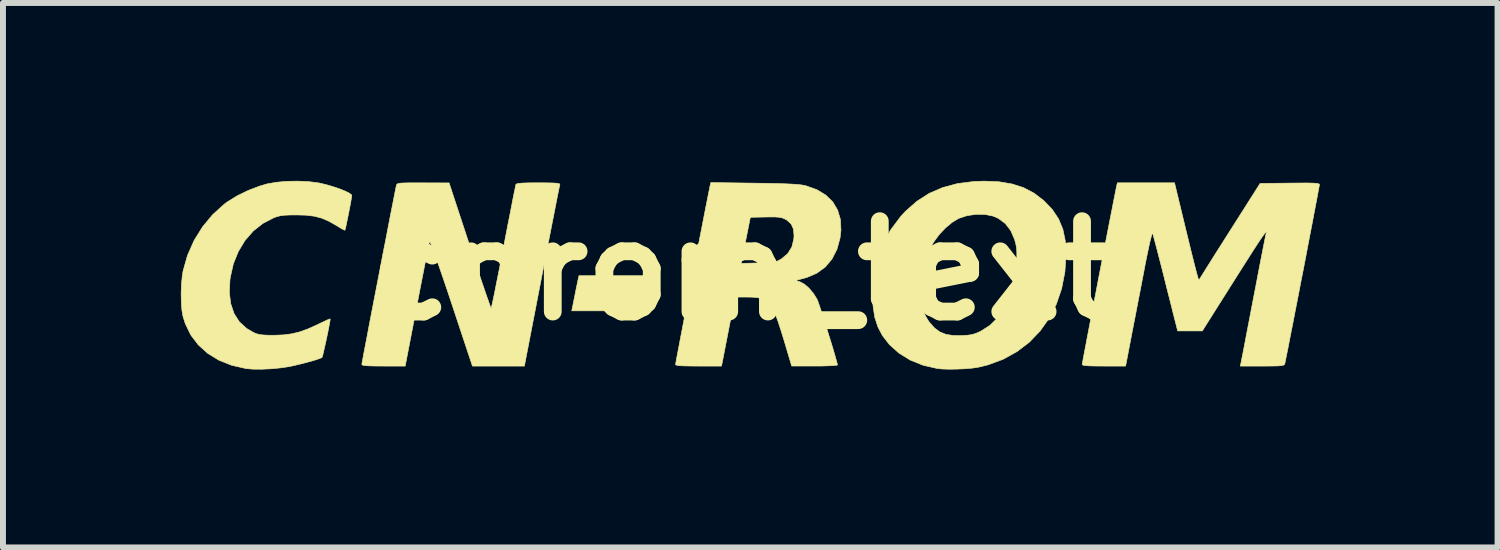
<source format=kicad_pcb>
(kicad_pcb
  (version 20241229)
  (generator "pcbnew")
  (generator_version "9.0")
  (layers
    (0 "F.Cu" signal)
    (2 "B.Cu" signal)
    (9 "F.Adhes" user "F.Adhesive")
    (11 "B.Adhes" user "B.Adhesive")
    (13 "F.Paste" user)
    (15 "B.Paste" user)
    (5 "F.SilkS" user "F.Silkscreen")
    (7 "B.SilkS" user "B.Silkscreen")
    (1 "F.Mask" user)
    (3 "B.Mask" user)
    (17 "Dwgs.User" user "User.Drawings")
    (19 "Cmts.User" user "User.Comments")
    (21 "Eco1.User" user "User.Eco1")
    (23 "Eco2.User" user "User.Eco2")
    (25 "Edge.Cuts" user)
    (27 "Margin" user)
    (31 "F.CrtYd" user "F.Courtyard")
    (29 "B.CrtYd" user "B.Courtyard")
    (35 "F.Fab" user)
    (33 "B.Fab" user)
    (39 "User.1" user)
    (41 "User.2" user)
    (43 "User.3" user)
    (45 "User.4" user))
  (footprint "cnrom_text"
    (layer "F.Cu")
    (at 9.466 1.515)
    (property "Reference" "cnrom_text" (at 0 0 0) (layer "F.SilkS") (effects (font (size 1.524 1.524) (thickness 0.3))))
    (attr through_hole)
    (fp_poly (pts (xy -1.516 0.333) (xy -1.537 0.435) (xy -1.555 0.526) (xy -1.569 0.594) (xy -1.577 0.63) (xy -1.588 0.677) (xy -2.873 0.677) (xy -2.823 0.429) (xy -2.803 0.327) (xy -2.784 0.236) (xy -2.77 0.168) (xy -2.762 0.132) (xy -2.751 0.085) (xy -1.466 0.085) (xy -1.516 0.333)) (stroke (width 0.01) (type solid)) (fill yes) (layer "F.SilkS"))
    (fp_poly (pts (xy 4.335 -1.499) (xy 4.554 -1.462) (xy 4.749 -1.399) (xy 4.924 -1.307) (xy 5.084 -1.185) (xy 5.093 -1.177) (xy 5.233 -1.03) (xy 5.338 -0.872) (xy 5.41 -0.697) (xy 5.451 -0.5) (xy 5.464 -0.275) (xy 5.444 0.023) (xy 5.389 0.303) (xy 5.3 0.564) (xy 5.178 0.803) (xy 5.026 1.017) (xy 4.845 1.206) (xy 4.636 1.365) (xy 4.403 1.494) (xy 4.146 1.589) (xy 3.986 1.628) (xy 3.886 1.643) (xy 3.76 1.654) (xy 3.624 1.66) (xy 3.489 1.662) (xy 3.37 1.658) (xy 3.291 1.65) (xy 3.052 1.595) (xy 2.836 1.508) (xy 2.646 1.391) (xy 2.484 1.246) (xy 2.367 1.095) (xy 2.29 0.948) (xy 2.237 0.785) (xy 2.209 0.598) (xy 2.202 0.423) (xy 3.03 0.423) (xy 3.038 0.557) (xy 3.057 0.666) (xy 3.09 0.758) (xy 3.138 0.84) (xy 3.159 0.87) (xy 3.245 0.967) (xy 3.336 1.034) (xy 3.439 1.075) (xy 3.565 1.094) (xy 3.696 1.095) (xy 3.798 1.089) (xy 3.873 1.079) (xy 3.94 1.059) (xy 4.013 1.027) (xy 4.026 1.021) (xy 4.182 0.921) (xy 4.318 0.786) (xy 4.432 0.621) (xy 4.522 0.428) (xy 4.587 0.212) (xy 4.624 -0.024) (xy 4.63 -0.119) (xy 4.634 -0.236) (xy 4.633 -0.324) (xy 4.627 -0.394) (xy 4.614 -0.46) (xy 4.595 -0.529) (xy 4.531 -0.676) (xy 4.439 -0.795) (xy 4.322 -0.882) (xy 4.235 -0.92) (xy 4.099 -0.948) (xy 3.946 -0.95) (xy 3.793 -0.928) (xy 3.656 -0.883) (xy 3.654 -0.882) (xy 3.545 -0.817) (xy 3.431 -0.722) (xy 3.325 -0.61) (xy 3.236 -0.489) (xy 3.203 -0.434) (xy 3.139 -0.301) (xy 3.093 -0.179) (xy 3.062 -0.055) (xy 3.043 0.086) (xy 3.032 0.255) (xy 3.032 0.256) (xy 3.03 0.423) (xy 2.202 0.423) (xy 2.202 0.417) (xy 2.221 0.112) (xy 2.277 -0.173) (xy 2.371 -0.438) (xy 2.503 -0.684) (xy 2.672 -0.91) (xy 2.755 -1.001) (xy 2.946 -1.169) (xy 3.154 -1.303) (xy 3.383 -1.402) (xy 3.634 -1.469) (xy 3.911 -1.504) (xy 4.085 -1.51) (xy 4.335 -1.499)) (stroke (width 0.01) (type solid)) (fill yes) (layer "F.SilkS"))
    (fp_poly (pts (xy -3.296 -1.481) (xy -3.195 -1.479) (xy -3.127 -1.475) (xy -3.088 -1.468) (xy -3.074 -1.46) (xy -3.074 -1.455) (xy -3.079 -1.431) (xy -3.092 -1.368) (xy -3.112 -1.27) (xy -3.137 -1.141) (xy -3.168 -0.983) (xy -3.204 -0.801) (xy -3.244 -0.596) (xy -3.287 -0.374) (xy -3.334 -0.137) (xy -3.378 0.09) (xy -3.672 1.609) (xy -4.548 1.609) (xy -4.903 0.54) (xy -4.98 0.309) (xy -5.05 0.104) (xy -5.112 -0.076) (xy -5.165 -0.226) (xy -5.208 -0.345) (xy -5.241 -0.431) (xy -5.262 -0.48) (xy -5.272 -0.492) (xy -5.272 -0.492) (xy -5.278 -0.465) (xy -5.292 -0.4) (xy -5.312 -0.301) (xy -5.337 -0.174) (xy -5.367 -0.021) (xy -5.401 0.152) (xy -5.438 0.342) (xy -5.477 0.545) (xy -5.483 0.577) (xy -5.682 1.609) (xy -6.048 1.609) (xy -6.184 1.608) (xy -6.283 1.606) (xy -6.351 1.602) (xy -6.391 1.596) (xy -6.41 1.587) (xy -6.413 1.58) (xy -6.41 1.556) (xy -6.398 1.494) (xy -6.381 1.399) (xy -6.357 1.275) (xy -6.328 1.125) (xy -6.296 0.954) (xy -6.26 0.765) (xy -6.221 0.563) (xy -6.18 0.352) (xy -6.138 0.136) (xy -6.096 -0.082) (xy -6.055 -0.297) (xy -6.014 -0.504) (xy -5.976 -0.701) (xy -5.941 -0.883) (xy -5.909 -1.046) (xy -5.881 -1.186) (xy -5.859 -1.299) (xy -5.843 -1.381) (xy -5.833 -1.428) (xy -5.831 -1.434) (xy -5.827 -1.45) (xy -5.817 -1.462) (xy -5.798 -1.47) (xy -5.763 -1.476) (xy -5.708 -1.479) (xy -5.625 -1.481) (xy -5.511 -1.481) (xy -5.381 -1.481) (xy -4.942 -1.48) (xy -4.594 -0.423) (xy -4.527 -0.22) (xy -4.464 -0.031) (xy -4.406 0.142) (xy -4.354 0.295) (xy -4.31 0.424) (xy -4.274 0.526) (xy -4.249 0.596) (xy -4.235 0.631) (xy -4.233 0.635) (xy -4.227 0.615) (xy -4.214 0.557) (xy -4.194 0.466) (xy -4.169 0.344) (xy -4.14 0.197) (xy -4.106 0.029) (xy -4.069 -0.158) (xy -4.03 -0.359) (xy -4.023 -0.397) (xy -3.984 -0.601) (xy -3.947 -0.792) (xy -3.912 -0.967) (xy -3.882 -1.122) (xy -3.857 -1.252) (xy -3.836 -1.353) (xy -3.822 -1.422) (xy -3.815 -1.454) (xy -3.815 -1.455) (xy -3.8 -1.465) (xy -3.76 -1.473) (xy -3.69 -1.478) (xy -3.588 -1.481) (xy -3.447 -1.482) (xy -3.435 -1.482) (xy -3.296 -1.481)) (stroke (width 0.01) (type solid)) (fill yes) (layer "F.SilkS"))
    (fp_poly (pts (xy -7.303 -1.501) (xy -7.14 -1.48) (xy -7.112 -1.474) (xy -6.998 -1.446) (xy -6.884 -1.412) (xy -6.779 -1.376) (xy -6.69 -1.34) (xy -6.623 -1.306) (xy -6.587 -1.279) (xy -6.583 -1.269) (xy -6.587 -1.238) (xy -6.597 -1.177) (xy -6.612 -1.094) (xy -6.63 -1.001) (xy -6.649 -0.905) (xy -6.668 -0.815) (xy -6.683 -0.742) (xy -6.695 -0.695) (xy -6.699 -0.682) (xy -6.718 -0.689) (xy -6.764 -0.714) (xy -6.827 -0.752) (xy -6.839 -0.76) (xy -6.971 -0.835) (xy -7.093 -0.887) (xy -7.217 -0.919) (xy -7.358 -0.936) (xy -7.514 -0.94) (xy -7.633 -0.939) (xy -7.721 -0.935) (xy -7.789 -0.926) (xy -7.847 -0.911) (xy -7.9 -0.892) (xy -8.083 -0.797) (xy -8.246 -0.668) (xy -8.385 -0.508) (xy -8.497 -0.322) (xy -8.581 -0.114) (xy -8.632 0.113) (xy -8.638 0.156) (xy -8.648 0.37) (xy -8.624 0.56) (xy -8.568 0.724) (xy -8.479 0.863) (xy -8.358 0.974) (xy -8.236 1.045) (xy -8.187 1.065) (xy -8.135 1.078) (xy -8.071 1.085) (xy -7.983 1.089) (xy -7.885 1.089) (xy -7.732 1.083) (xy -7.595 1.065) (xy -7.463 1.033) (xy -7.322 0.982) (xy -7.162 0.91) (xy -7.123 0.891) (xy -7.047 0.855) (xy -6.988 0.828) (xy -6.953 0.814) (xy -6.948 0.813) (xy -6.949 0.836) (xy -6.958 0.891) (xy -6.973 0.969) (xy -6.992 1.063) (xy -7.013 1.164) (xy -7.035 1.262) (xy -7.055 1.35) (xy -7.071 1.418) (xy -7.083 1.457) (xy -7.086 1.464) (xy -7.116 1.478) (xy -7.178 1.5) (xy -7.264 1.526) (xy -7.364 1.553) (xy -7.471 1.58) (xy -7.574 1.604) (xy -7.645 1.619) (xy -7.789 1.64) (xy -7.947 1.655) (xy -8.105 1.662) (xy -8.249 1.661) (xy -8.367 1.651) (xy -8.371 1.65) (xy -8.611 1.595) (xy -8.826 1.509) (xy -9.013 1.394) (xy -9.171 1.252) (xy -9.298 1.085) (xy -9.391 0.894) (xy -9.429 0.773) (xy -9.448 0.667) (xy -9.458 0.532) (xy -9.461 0.382) (xy -9.455 0.23) (xy -9.442 0.089) (xy -9.428 0.004) (xy -9.354 -0.257) (xy -9.244 -0.506) (xy -9.101 -0.737) (xy -8.93 -0.944) (xy -8.734 -1.121) (xy -8.686 -1.157) (xy -8.52 -1.26) (xy -8.33 -1.353) (xy -8.133 -1.428) (xy -8.009 -1.464) (xy -7.855 -1.491) (xy -7.675 -1.507) (xy -7.486 -1.51) (xy -7.303 -1.501)) (stroke (width 0.01) (type solid)) (fill yes) (layer "F.SilkS"))
    (fp_poly (pts (xy 0.207 -1.476) (xy 0.418 -1.473) (xy 0.59 -1.469) (xy 0.729 -1.465) (xy 0.84 -1.46) (xy 0.927 -1.454) (xy 0.995 -1.447) (xy 1.048 -1.438) (xy 1.075 -1.432) (xy 1.26 -1.366) (xy 1.411 -1.275) (xy 1.529 -1.16) (xy 1.611 -1.022) (xy 1.658 -0.863) (xy 1.667 -0.684) (xy 1.652 -0.55) (xy 1.599 -0.359) (xy 1.515 -0.195) (xy 1.402 -0.061) (xy 1.259 0.043) (xy 1.088 0.116) (xy 1.039 0.129) (xy 0.903 0.164) (xy 0.979 0.189) (xy 1.052 0.229) (xy 1.13 0.297) (xy 1.203 0.384) (xy 1.261 0.477) (xy 1.273 0.503) (xy 1.289 0.546) (xy 1.314 0.62) (xy 1.346 0.718) (xy 1.383 0.833) (xy 1.423 0.96) (xy 1.463 1.091) (xy 1.503 1.219) (xy 1.539 1.338) (xy 1.569 1.442) (xy 1.592 1.523) (xy 1.606 1.575) (xy 1.609 1.59) (xy 1.589 1.596) (xy 1.533 1.601) (xy 1.448 1.605) (xy 1.34 1.608) (xy 1.222 1.608) (xy 0.836 1.608) (xy 0.712 1.19) (xy 0.652 0.996) (xy 0.6 0.838) (xy 0.552 0.713) (xy 0.504 0.618) (xy 0.454 0.548) (xy 0.397 0.5) (xy 0.331 0.469) (xy 0.252 0.453) (xy 0.158 0.446) (xy 0.076 0.445) (xy -0.12 0.445) (xy -0.347 1.609) (xy -0.734 1.609) (xy -0.875 1.608) (xy -0.979 1.606) (xy -1.05 1.603) (xy -1.095 1.597) (xy -1.117 1.589) (xy -1.122 1.58) (xy -1.118 1.556) (xy -1.107 1.494) (xy -1.089 1.399) (xy -1.065 1.274) (xy -1.037 1.125) (xy -1.004 0.953) (xy -0.968 0.765) (xy -0.929 0.563) (xy -0.888 0.351) (xy -0.847 0.135) (xy -0.805 -0.083) (xy -0.797 -0.123) (xy -0.016 -0.123) (xy 0.274 -0.13) (xy 0.391 -0.134) (xy 0.475 -0.138) (xy 0.535 -0.145) (xy 0.58 -0.156) (xy 0.619 -0.173) (xy 0.661 -0.197) (xy 0.667 -0.201) (xy 0.77 -0.288) (xy 0.839 -0.399) (xy 0.872 -0.534) (xy 0.876 -0.591) (xy 0.866 -0.702) (xy 0.828 -0.786) (xy 0.758 -0.851) (xy 0.718 -0.873) (xy 0.678 -0.89) (xy 0.629 -0.9) (xy 0.562 -0.906) (xy 0.468 -0.906) (xy 0.393 -0.905) (xy 0.139 -0.9) (xy -0.016 -0.123) (xy -0.797 -0.123) (xy -0.763 -0.297) (xy -0.723 -0.505) (xy -0.684 -0.702) (xy -0.649 -0.884) (xy -0.617 -1.048) (xy -0.589 -1.188) (xy -0.567 -1.301) (xy -0.55 -1.383) (xy -0.541 -1.43) (xy -0.539 -1.436) (xy -0.527 -1.486) (xy 0.207 -1.476)) (stroke (width 0.01) (type solid)) (fill yes) (layer "F.SilkS"))
    (fp_poly (pts (xy 7.488 -0.674) (xy 7.532 -0.495) (xy 7.572 -0.33) (xy 7.609 -0.182) (xy 7.641 -0.056) (xy 7.667 0.043) (xy 7.686 0.111) (xy 7.696 0.144) (xy 7.697 0.146) (xy 7.715 0.144) (xy 7.719 0.138) (xy 7.731 0.116) (xy 7.765 0.062) (xy 7.816 -0.02) (xy 7.883 -0.126) (xy 7.963 -0.254) (xy 8.055 -0.398) (xy 8.155 -0.556) (xy 8.232 -0.677) (xy 8.736 -1.471) (xy 9.237 -1.477) (xy 9.397 -1.478) (xy 9.52 -1.479) (xy 9.609 -1.477) (xy 9.671 -1.474) (xy 9.71 -1.469) (xy 9.73 -1.462) (xy 9.737 -1.453) (xy 9.737 -1.451) (xy 9.733 -1.426) (xy 9.721 -1.364) (xy 9.704 -1.268) (xy 9.68 -1.143) (xy 9.651 -0.992) (xy 9.619 -0.82) (xy 9.582 -0.631) (xy 9.543 -0.428) (xy 9.503 -0.216) (xy 9.461 0.001) (xy 9.418 0.219) (xy 9.377 0.434) (xy 9.336 0.642) (xy 9.298 0.839) (xy 9.262 1.021) (xy 9.23 1.184) (xy 9.203 1.324) (xy 9.18 1.436) (xy 9.164 1.517) (xy 9.154 1.564) (xy 9.152 1.572) (xy 9.145 1.585) (xy 9.127 1.595) (xy 9.094 1.601) (xy 9.04 1.606) (xy 8.957 1.608) (xy 8.842 1.609) (xy 8.772 1.609) (xy 8.402 1.609) (xy 8.413 1.561) (xy 8.419 1.531) (xy 8.432 1.464) (xy 8.452 1.364) (xy 8.477 1.234) (xy 8.506 1.08) (xy 8.54 0.904) (xy 8.577 0.712) (xy 8.616 0.507) (xy 8.626 0.455) (xy 8.666 0.249) (xy 8.703 0.054) (xy 8.737 -0.123) (xy 8.768 -0.281) (xy 8.794 -0.414) (xy 8.815 -0.519) (xy 8.829 -0.591) (xy 8.837 -0.627) (xy 8.837 -0.63) (xy 8.843 -0.651) (xy 8.837 -0.654) (xy 8.819 -0.635) (xy 8.788 -0.592) (xy 8.741 -0.525) (xy 8.679 -0.431) (xy 8.599 -0.307) (xy 8.501 -0.153) (xy 8.382 0.034) (xy 8.289 0.181) (xy 7.762 1.016) (xy 7.346 1.016) (xy 7.326 0.937) (xy 7.316 0.898) (xy 7.297 0.823) (xy 7.27 0.718) (xy 7.238 0.588) (xy 7.2 0.438) (xy 7.158 0.274) (xy 7.122 0.127) (xy 7.079 -0.043) (xy 7.038 -0.201) (xy 7.002 -0.341) (xy 6.971 -0.459) (xy 6.946 -0.551) (xy 6.93 -0.61) (xy 6.922 -0.632) (xy 6.914 -0.62) (xy 6.9 -0.572) (xy 6.879 -0.49) (xy 6.855 -0.381) (xy 6.827 -0.249) (xy 6.798 -0.103) (xy 6.762 0.085) (xy 6.721 0.3) (xy 6.677 0.526) (xy 6.634 0.749) (xy 6.594 0.954) (xy 6.579 1.032) (xy 6.468 1.609) (xy 6.102 1.609) (xy 5.965 1.608) (xy 5.866 1.606) (xy 5.799 1.602) (xy 5.758 1.596) (xy 5.739 1.587) (xy 5.736 1.58) (xy 5.74 1.556) (xy 5.751 1.494) (xy 5.769 1.399) (xy 5.793 1.275) (xy 5.821 1.125) (xy 5.854 0.954) (xy 5.89 0.765) (xy 5.929 0.563) (xy 5.97 0.352) (xy 6.011 0.136) (xy 6.053 -0.082) (xy 6.095 -0.297) (xy 6.135 -0.504) (xy 6.173 -0.701) (xy 6.209 -0.883) (xy 6.241 -1.046) (xy 6.268 -1.186) (xy 6.291 -1.299) (xy 6.307 -1.381) (xy 6.317 -1.428) (xy 6.318 -1.434) (xy 6.33 -1.482) (xy 7.293 -1.482) (xy 7.488 -0.674)) (stroke (width 0.01) (type solid)) (fill yes) (layer "F.SilkS")))
  (gr_rect
    (start -3 -3)
    (end 22.207 6.183)
    (stroke (width 0.1) (type default))
    (fill no)
    (layer "Edge.Cuts")))
</source>
